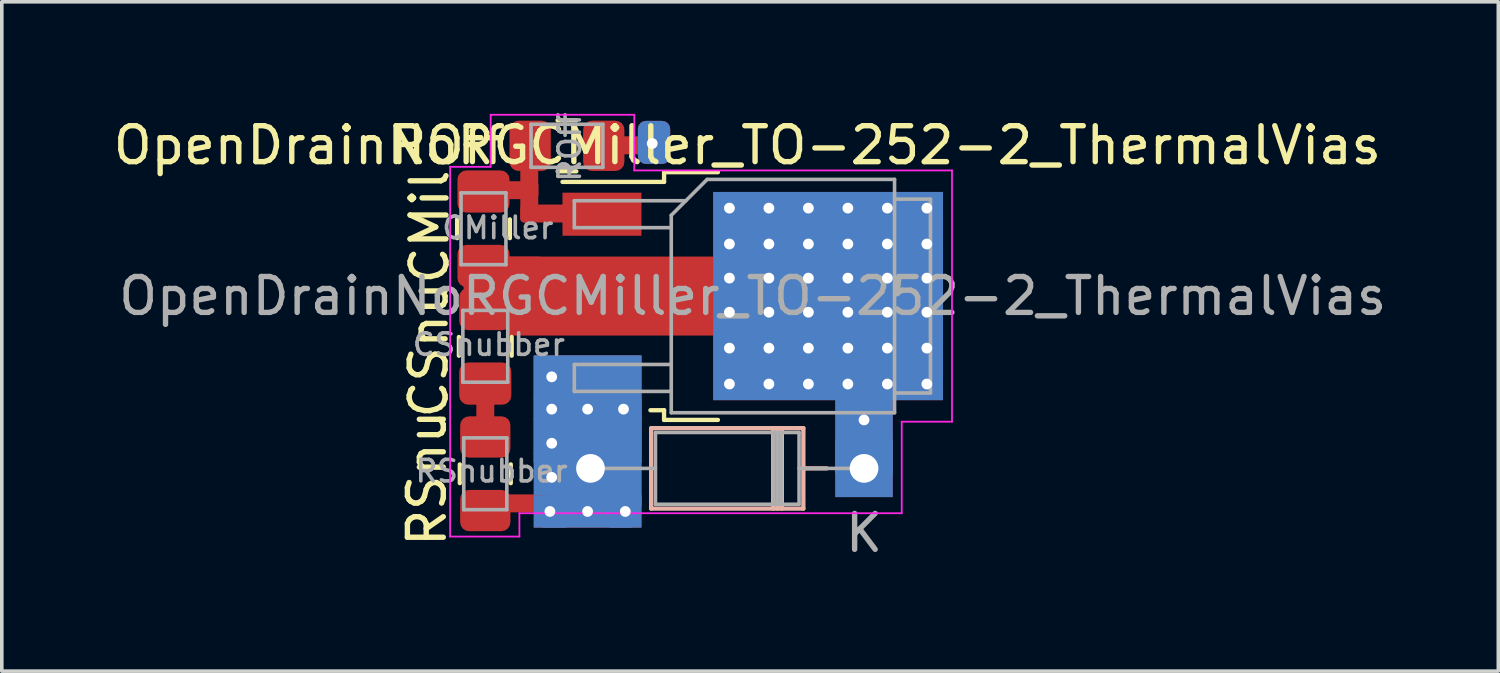
<source format=kicad_pcb>
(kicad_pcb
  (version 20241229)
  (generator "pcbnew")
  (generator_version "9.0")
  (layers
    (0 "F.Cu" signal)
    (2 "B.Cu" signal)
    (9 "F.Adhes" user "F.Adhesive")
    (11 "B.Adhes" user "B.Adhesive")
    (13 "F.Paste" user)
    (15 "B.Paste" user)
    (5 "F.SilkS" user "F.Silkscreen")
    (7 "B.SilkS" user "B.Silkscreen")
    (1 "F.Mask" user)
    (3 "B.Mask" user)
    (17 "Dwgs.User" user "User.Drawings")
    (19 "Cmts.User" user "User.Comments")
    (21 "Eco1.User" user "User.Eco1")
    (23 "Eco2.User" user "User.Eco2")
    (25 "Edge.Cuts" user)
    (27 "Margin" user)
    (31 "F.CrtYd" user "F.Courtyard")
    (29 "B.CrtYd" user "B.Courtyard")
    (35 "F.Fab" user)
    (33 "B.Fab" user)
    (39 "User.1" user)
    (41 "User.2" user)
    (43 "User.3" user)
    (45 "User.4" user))
  (footprint "OpenDrainNoRGCMiller_TO-252-2_ThermalVias"
    (layer "F.Cu")
    (at 17.918 5.197)
    (property "Reference" "OpenDrainNoRGCMiller_TO-252-2_ThermalVias" (at -0.15 -4.2 0) (layer "F.SilkS") (effects (font (size 1 1) (thickness 0.15))))
    (attr smd)
    (fp_line (start -8.235 -2.136) (end -8.235 -1.614) (stroke (width 0.12) (type solid)) (layer "F.SilkS"))
    (fp_line (start -8.185 1.661) (end -8.185 1.139) (stroke (width 0.12) (type solid)) (layer "F.SilkS"))
    (fp_line (start -8.16 4.689) (end -8.16 5.211) (stroke (width 0.12) (type solid)) (layer "F.SilkS"))
    (fp_line (start -6.765 -2.136) (end -6.765 -1.614) (stroke (width 0.12) (type solid)) (layer "F.SilkS"))
    (fp_line (start -6.74 4.689) (end -6.74 5.211) (stroke (width 0.12) (type solid)) (layer "F.SilkS"))
    (fp_line (start -6.715 1.661) (end -6.715 1.139) (stroke (width 0.12) (type solid)) (layer "F.SilkS"))
    (fp_line (start -5.436 -4.895) (end -4.914 -4.895) (stroke (width 0.12) (type solid)) (layer "F.SilkS"))
    (fp_line (start -5.436 -3.475) (end -4.914 -3.475) (stroke (width 0.12) (type solid)) (layer "F.SilkS"))
    (fp_line (start -2.47 -3.45) (end -2.47 -3.18) (stroke (width 0.12) (type solid)) (layer "F.SilkS"))
    (fp_line (start -2.47 -3.18) (end -5.3 -3.18) (stroke (width 0.12) (type solid)) (layer "F.SilkS"))
    (fp_line (start -2.47 3.18) (end -2.85 3.18) (stroke (width 0.12) (type solid)) (layer "F.SilkS"))
    (fp_line (start -2.47 3.45) (end -2.47 3.18) (stroke (width 0.12) (type solid)) (layer "F.SilkS"))
    (fp_line (start -0.97 -3.45) (end -2.47 -3.45) (stroke (width 0.12) (type solid)) (layer "F.SilkS"))
    (fp_line (start -0.97 3.45) (end -2.47 3.45) (stroke (width 0.12) (type solid)) (layer "F.SilkS"))
    (fp_line (start -2.83 3.68) (end -2.83 5.92) (stroke (width 0.12) (type solid)) (layer "B.SilkS"))
    (fp_line (start -2.83 5.92) (end 1.41 5.92) (stroke (width 0.12) (type solid)) (layer "B.SilkS"))
    (fp_line (start 0.57 5.92) (end 0.57 3.68) (stroke (width 0.12) (type solid)) (layer "B.SilkS"))
    (fp_line (start 0.69 5.92) (end 0.69 3.68) (stroke (width 0.12) (type solid)) (layer "B.SilkS"))
    (fp_line (start 0.81 5.92) (end 0.81 3.68) (stroke (width 0.12) (type solid)) (layer "B.SilkS"))
    (fp_line (start 1.41 3.68) (end -2.83 3.68) (stroke (width 0.12) (type solid)) (layer "B.SilkS"))
    (fp_line (start 1.41 5.92) (end 1.41 3.68) (stroke (width 0.12) (type solid)) (layer "B.SilkS"))
    (fp_line (start 2.06 4.8) (end 1.41 4.8) (stroke (width 0.12) (type solid)) (layer "B.SilkS"))
    (fp_line (start -8.43 6.7) (end -8.43 -3.6) (stroke (width 0.05) (type solid)) (layer "F.CrtYd"))
    (fp_line (start -7.3 -5.05) (end -3.3 -5.05) (stroke (width 0.05) (type solid)) (layer "F.CrtYd"))
    (fp_line (start -7.3 -3.6) (end -8.43 -3.6) (stroke (width 0.05) (type solid)) (layer "F.CrtYd"))
    (fp_line (start -7.3 -3.6) (end -7.3 -5.05) (stroke (width 0.05) (type solid)) (layer "F.CrtYd"))
    (fp_line (start -6.5 6.05) (end 4.15 6.05) (stroke (width 0.05) (type solid)) (layer "F.CrtYd"))
    (fp_line (start -6.5 6.7) (end -8.43 6.7) (stroke (width 0.05) (type solid)) (layer "F.CrtYd"))
    (fp_line (start -6.5 6.7) (end -6.5 6.05) (stroke (width 0.05) (type solid)) (layer "F.CrtYd"))
    (fp_line (start -3.3 -5.05) (end -3.3 -3.5) (stroke (width 0.05) (type solid)) (layer "F.CrtYd"))
    (fp_line (start 4.15 3.5) (end 5.55 3.5) (stroke (width 0.05) (type solid)) (layer "F.CrtYd"))
    (fp_line (start 4.15 6.05) (end 4.15 3.5) (stroke (width 0.05) (type solid)) (layer "F.CrtYd"))
    (fp_line (start 5.55 -3.5) (end -3.3 -3.5) (stroke (width 0.05) (type solid)) (layer "F.CrtYd"))
    (fp_line (start 5.55 3.5) (end 5.55 -3.5) (stroke (width 0.05) (type solid)) (layer "F.CrtYd"))
    (fp_line (start -8.125 -2.875) (end -6.875 -2.875) (stroke (width 0.1) (type solid)) (layer "F.Fab"))
    (fp_line (start -8.125 -0.875) (end -8.125 -2.875) (stroke (width 0.1) (type solid)) (layer "F.Fab"))
    (fp_line (start -8.075 0.4) (end -6.825 0.4) (stroke (width 0.1) (type solid)) (layer "F.Fab"))
    (fp_line (start -8.075 2.4) (end -8.075 0.4) (stroke (width 0.1) (type solid)) (layer "F.Fab"))
    (fp_line (start -8.05 3.95) (end -6.85 3.95) (stroke (width 0.1) (type solid)) (layer "F.Fab"))
    (fp_line (start -8.05 5.95) (end -8.05 3.95) (stroke (width 0.1) (type solid)) (layer "F.Fab"))
    (fp_line (start -6.875 -2.875) (end -6.875 -0.875) (stroke (width 0.1) (type solid)) (layer "F.Fab"))
    (fp_line (start -6.875 -0.875) (end -8.125 -0.875) (stroke (width 0.1) (type solid)) (layer "F.Fab"))
    (fp_line (start -6.85 3.95) (end -6.85 5.95) (stroke (width 0.1) (type solid)) (layer "F.Fab"))
    (fp_line (start -6.85 5.95) (end -8.05 5.95) (stroke (width 0.1) (type solid)) (layer "F.Fab"))
    (fp_line (start -6.825 0.4) (end -6.825 2.4) (stroke (width 0.1) (type solid)) (layer "F.Fab"))
    (fp_line (start -6.825 2.4) (end -8.075 2.4) (stroke (width 0.1) (type solid)) (layer "F.Fab"))
    (fp_line (start -6.175 -4.785) (end -4.175 -4.785) (stroke (width 0.1) (type solid)) (layer "F.Fab"))
    (fp_line (start -6.175 -3.585) (end -6.175 -4.785) (stroke (width 0.1) (type solid)) (layer "F.Fab"))
    (fp_line (start -4.97 -2.655) (end -4.97 -1.905) (stroke (width 0.1) (type solid)) (layer "F.Fab"))
    (fp_line (start -4.97 -1.905) (end -2.27 -1.905) (stroke (width 0.1) (type solid)) (layer "F.Fab"))
    (fp_line (start -4.97 1.905) (end -4.97 2.655) (stroke (width 0.1) (type solid)) (layer "F.Fab"))
    (fp_line (start -4.97 2.655) (end -2.27 2.655) (stroke (width 0.1) (type solid)) (layer "F.Fab"))
    (fp_line (start -4.52 4.8) (end -2.71 4.8) (stroke (width 0.1) (type solid)) (layer "F.Fab"))
    (fp_line (start -4.175 -4.785) (end -4.175 -3.585) (stroke (width 0.1) (type solid)) (layer "F.Fab"))
    (fp_line (start -4.175 -3.585) (end -6.175 -3.585) (stroke (width 0.1) (type solid)) (layer "F.Fab"))
    (fp_line (start -2.71 3.8) (end -2.71 5.8) (stroke (width 0.1) (type solid)) (layer "F.Fab"))
    (fp_line (start -2.71 5.8) (end 1.29 5.8) (stroke (width 0.1) (type solid)) (layer "F.Fab"))
    (fp_line (start -2.27 -2.25) (end -1.27 -3.25) (stroke (width 0.1) (type solid)) (layer "F.Fab"))
    (fp_line (start -2.27 1.905) (end -4.97 1.905) (stroke (width 0.1) (type solid)) (layer "F.Fab"))
    (fp_line (start -2.27 3.25) (end -2.27 -2.25) (stroke (width 0.1) (type solid)) (layer "F.Fab"))
    (fp_line (start -1.865 -2.655) (end -4.97 -2.655) (stroke (width 0.1) (type solid)) (layer "F.Fab"))
    (fp_line (start -1.27 -3.25) (end 3.95 -3.25) (stroke (width 0.1) (type solid)) (layer "F.Fab"))
    (fp_line (start 0.59 5.8) (end 0.59 3.8) (stroke (width 0.1) (type solid)) (layer "F.Fab"))
    (fp_line (start 0.69 5.8) (end 0.69 3.8) (stroke (width 0.1) (type solid)) (layer "F.Fab"))
    (fp_line (start 0.79 5.8) (end 0.79 3.8) (stroke (width 0.1) (type solid)) (layer "F.Fab"))
    (fp_line (start 1.29 3.8) (end -2.71 3.8) (stroke (width 0.1) (type solid)) (layer "F.Fab"))
    (fp_line (start 1.29 5.8) (end 1.29 3.8) (stroke (width 0.1) (type solid)) (layer "F.Fab"))
    (fp_line (start 3.1 4.8) (end 1.29 4.8) (stroke (width 0.1) (type solid)) (layer "F.Fab"))
    (fp_line (start 3.95 -3.25) (end 3.95 3.25) (stroke (width 0.1) (type solid)) (layer "F.Fab"))
    (fp_line (start 3.95 -2.7) (end 4.95 -2.7) (stroke (width 0.1) (type solid)) (layer "F.Fab"))
    (fp_line (start 3.95 3.25) (end -2.27 3.25) (stroke (width 0.1) (type solid)) (layer "F.Fab"))
    (fp_line (start 4.95 -2.7) (end 4.95 2.7) (stroke (width 0.1) (type solid)) (layer "F.Fab"))
    (fp_line (start 4.95 2.7) (end 3.95 2.7) (stroke (width 0.1) (type solid)) (layer "F.Fab"))
    (fp_text user "CMil" (at -9 -1.925 90) (layer "F.SilkS") (effects (font (size 1 1) (thickness 0.15))))
    (fp_text user "CSnu" (at -9.025 1.5 90) (layer "F.SilkS") (effects (font (size 1 1) (thickness 0.15))))
    (fp_text user "RSnu" (at -9.075 5.075 90) (layer "F.SilkS") (effects (font (size 1 1) (thickness 0.15))))
    (fp_text user "ROff" (at -8.5 -4.2 0) (layer "F.SilkS") (effects (font (size 1 1) (thickness 0.15))))
    (fp_text user "K" (at 3.1 6.6 180) (layer "F.Fab") (effects (font (size 1 1) (thickness 0.15))))
    (fp_text user "RSnubber" (at -7.275 4.875 0) (layer "F.Fab") (effects (font (size 0.6 0.6) (thickness 0.1))))
    (fp_text user "CSnubber" (at -7.35 1.35 180) (layer "F.Fab") (effects (font (size 0.6 0.6) (thickness 0.1))))
    (fp_text user "CMiller" (at -7.1 -1.9 180) (layer "F.Fab") (effects (font (size 0.6 0.6) (thickness 0.1))))
    (fp_text user "ROff" (at -5.1 -4.15 270) (layer "F.Fab") (effects (font (size 0.6 0.6) (thickness 0.1))))
    (fp_text user "${REFERENCE}" (at 0 0 0) (layer "F.Fab") (effects (font (size 1 1) (thickness 0.15))))
    (pad "" smd rect (at 0.425 -1.525) (size 3.05 2.75) (layers "F.Paste"))
    (pad "" smd rect (at 0.425 1.525) (size 3.05 2.75) (layers "F.Paste"))
    (pad "" smd rect (at 3.775 -1.525) (size 3.05 2.75) (layers "F.Paste"))
    (pad "" smd rect (at 3.775 1.525) (size 3.05 2.75) (layers "F.Paste"))
    (pad "1" smd roundrect (at -7.5 -2.913 270) (size 1.175 1.45) (layers "F.Cu" "F.Mask" "F.Paste") (roundrect_rratio 0.213))
    (pad "1" smd roundrect (at -6.975 -2.95 180) (size 2 0.5) (layers "F.Cu") (roundrect_rratio 0.217))
    (pad "1" smd roundrect (at -6.225 -3.3 90) (size 2.5 0.5) (layers "F.Cu") (roundrect_rratio 0.217))
    (pad "1" smd roundrect (at -6.225 -2.95 270) (size 0.5 0.5) (layers "F.Cu") (roundrect_rratio 0.217))
    (pad "1" smd roundrect (at -6.225 -2.3 270) (size 0.5 0.5) (layers "F.Cu") (roundrect_rratio 0.217))
    (pad "1" smd roundrect (at -6.2 -4.185) (size 1.15 1.4) (layers "F.Cu" "F.Mask" "F.Paste") (roundrect_rratio 0.217))
    (pad "1" smd roundrect (at -5.2 -2.3) (size 2.5 0.5) (layers "F.Cu") (roundrect_rratio 0.217))
    (pad "1" smd rect (at -4.2 -2.28) (size 2.2 1.2) (layers "F.Cu" "F.Mask" "F.Paste"))
    (pad "2" smd roundrect (at -7.5 -0.838 270) (size 1.175 1.45) (layers "F.Cu" "F.Mask" "F.Paste") (roundrect_rratio 0.213))
    (pad "2" smd roundrect (at -7.475 -0.275) (size 1.15 1.4) (layers "F.Cu" "F.Mask" "F.Paste") (roundrect_rratio 0.217))
    (pad "2" smd roundrect (at -7.45 0.362 90) (size 1.175 1.45) (layers "F.Cu" "F.Mask" "F.Paste") (roundrect_rratio 0.213))
    (pad "2" smd roundrect (at -6.8 -0.1) (size 2.5 2) (layers "F.Cu") (roundrect_rratio 0.217))
    (pad "2" smd rect (at -2.8 0) (size 8 2.2) (layers "F.Cu"))
    (pad "2" thru_hole rect (at -0.65 -2.45) (size 0.6 0.6) (drill 0.3) (layers "*.Cu" "*.Mask"))
    (pad "2" thru_hole rect (at -0.65 -1.45) (size 0.6 0.6) (drill 0.3) (layers "*.Cu" "*.Mask"))
    (pad "2" thru_hole rect (at -0.65 -0.5) (size 0.6 0.6) (drill 0.3) (layers "*.Cu" "*.Mask"))
    (pad "2" thru_hole rect (at -0.65 0.45) (size 0.6 0.6) (drill 0.3) (layers "*.Cu" "*.Mask"))
    (pad "2" thru_hole rect (at -0.65 1.45) (size 0.6 0.6) (drill 0.3) (layers "*.Cu" "*.Mask"))
    (pad "2" thru_hole rect (at -0.65 2.45) (size 0.6 0.6) (drill 0.3) (layers "*.Cu" "*.Mask"))
    (pad "2" thru_hole rect (at 0.45 -2.45 180) (size 1 0.6) (drill 0.3 (offset 0.2 0)) (layers "*.Cu" "*.Mask"))
    (pad "2" thru_hole rect (at 0.45 -1.45 180) (size 1 0.6) (drill 0.3 (offset 0.2 0)) (layers "*.Cu" "*.Mask"))
    (pad "2" thru_hole rect (at 0.45 -0.5 180) (size 1 0.6) (drill 0.3 (offset 0.2 0)) (layers "*.Cu" "*.Mask"))
    (pad "2" thru_hole rect (at 0.45 0.45 180) (size 1 0.6) (drill 0.3 (offset 0.2 0)) (layers "*.Cu" "*.Mask"))
    (pad "2" thru_hole rect (at 0.45 1.45 180) (size 1 0.6) (drill 0.3 (offset 0.2 0)) (layers "*.Cu" "*.Mask"))
    (pad "2" thru_hole rect (at 0.45 2.45 180) (size 1 0.6) (drill 0.3 (offset 0.2 0)) (layers "*.Cu" "*.Mask"))
    (pad "2" thru_hole rect (at 1.55 -2.45 180) (size 1 0.6) (drill 0.3 (offset 0.2 0)) (layers "*.Cu" "*.Mask"))
    (pad "2" thru_hole rect (at 1.55 -1.45 180) (size 1 0.6) (drill 0.3 (offset 0.2 0)) (layers "*.Cu" "*.Mask"))
    (pad "2" thru_hole rect (at 1.55 -0.5 180) (size 1 0.6) (drill 0.3 (offset 0.2 0)) (layers "*.Cu" "*.Mask"))
    (pad "2" thru_hole rect (at 1.55 0.45 180) (size 1 0.6) (drill 0.3 (offset 0.2 0)) (layers "*.Cu" "*.Mask"))
    (pad "2" thru_hole rect (at 1.55 1.45 180) (size 1 0.6) (drill 0.3 (offset 0.2 0)) (layers "*.Cu" "*.Mask"))
    (pad "2" thru_hole rect (at 1.55 2.45 180) (size 1 0.6) (drill 0.3 (offset 0.2 0)) (layers "*.Cu" "*.Mask"))
    (pad "2" smd rect (at 2.1 0) (size 6.4 5.8) (layers "F.Cu" "F.Mask"))
    (pad "2" smd rect (at 2.1 0) (size 6.4 5.8) (layers "B.Cu" "B.Mask"))
    (pad "2" thru_hole rect (at 2.65 -2.45) (size 1 0.6) (drill 0.3) (layers "*.Cu" "*.Mask"))
    (pad "2" thru_hole rect (at 2.65 -1.45) (size 1 0.6) (drill 0.3) (layers "*.Cu" "*.Mask"))
    (pad "2" thru_hole rect (at 2.65 -0.5) (size 1 0.6) (drill 0.3) (layers "*.Cu" "*.Mask"))
    (pad "2" thru_hole rect (at 2.65 0.45) (size 1 0.6) (drill 0.3) (layers "*.Cu" "*.Mask"))
    (pad "2" thru_hole rect (at 2.65 1.45) (size 1 0.6) (drill 0.3) (layers "*.Cu" "*.Mask"))
    (pad "2" thru_hole rect (at 2.65 2.45) (size 1 0.6) (drill 0.3) (layers "*.Cu" "*.Mask"))
    (pad "2" thru_hole rect (at 3.1 3.45 90) (size 3 1.6) (drill 0.3) (layers "*.Cu" "*.Mask" "F.Paste"))
    (pad "2" thru_hole rect (at 3.1 4.8 180) (size 1.6 1.6) (drill 0.8) (layers "*.Cu" "*.Mask"))
    (pad "2" thru_hole rect (at 3.75 -2.45) (size 1 0.6) (drill 0.3 (offset 0.2 0)) (layers "*.Cu" "*.Mask"))
    (pad "2" thru_hole rect (at 3.75 -1.45) (size 1 0.6) (drill 0.3 (offset 0.2 0)) (layers "*.Cu" "*.Mask"))
    (pad "2" thru_hole rect (at 3.75 -0.5) (size 1 0.6) (drill 0.3 (offset 0.2 0)) (layers "*.Cu" "*.Mask"))
    (pad "2" thru_hole rect (at 3.75 0.45) (size 1 0.6) (drill 0.3 (offset 0.2 0)) (layers "*.Cu" "*.Mask"))
    (pad "2" thru_hole rect (at 3.75 1.45) (size 1 0.6) (drill 0.3 (offset 0.2 0)) (layers "*.Cu" "*.Mask"))
    (pad "2" thru_hole rect (at 3.75 2.45) (size 1 0.6) (drill 0.3 (offset 0.2 0)) (layers "*.Cu" "*.Mask"))
    (pad "2" thru_hole rect (at 4.85 -2.45) (size 0.6 0.6) (drill 0.3) (layers "*.Cu" "*.Mask"))
    (pad "2" thru_hole rect (at 4.85 -1.45) (size 0.6 0.6) (drill 0.3) (layers "*.Cu" "*.Mask"))
    (pad "2" thru_hole rect (at 4.85 -0.5) (size 0.6 0.6) (drill 0.3) (layers "*.Cu" "*.Mask"))
    (pad "2" thru_hole rect (at 4.85 0.45) (size 0.6 0.6) (drill 0.3) (layers "*.Cu" "*.Mask"))
    (pad "2" thru_hole rect (at 4.85 1.45) (size 0.6 0.6) (drill 0.3) (layers "*.Cu" "*.Mask"))
    (pad "2" thru_hole rect (at 4.85 2.45) (size 0.6 0.6) (drill 0.3) (layers "*.Cu" "*.Mask"))
    (pad "3" smd roundrect (at -7.45 5.975 270) (size 1.15 1.4) (layers "F.Cu" "F.Mask" "F.Paste") (roundrect_rratio 0.217))
    (pad "3" smd roundrect (at -6.45 5.775 270) (size 0.5 2.5) (layers "F.Cu") (roundrect_rratio 0.217))
    (pad "3" thru_hole rect (at -5.65 6 90) (size 0.9 0.9) (drill 0.3) (layers "*.Cu" "*.Mask" "F.Paste"))
    (pad "3" thru_hole rect (at -5.6 2.25 90) (size 1.2 0.9) (drill 0.3 (offset -0.03 -0.05)) (layers "*.Cu" "*.Mask" "F.Paste"))
    (pad "3" thru_hole rect (at -5.6 3.15) (size 1 0.6) (drill 0.3) (layers "*.Cu" "*.Mask"))
    (pad "3" thru_hole rect (at -5.6 4.1 90) (size 1 0.9) (drill 0.3 (offset 0.2 -0.05)) (layers "*.Cu" "*.Mask" "F.Paste"))
    (pad "3" thru_hole rect (at -5.6 5.05 90) (size 1.2 0.9) (drill 0.3 (offset 0.1 -0.05)) (layers "*.Cu" "*.Mask" "F.Paste"))
    (pad "3" thru_hole rect (at -4.6 3.15) (size 3 3) (drill 0.3) (layers "*.Cu" "*.Mask" "F.Paste"))
    (pad "3" thru_hole rect (at -4.6 6 90) (size 0.9 2.5) (drill 0.3) (layers "*.Cu" "*.Mask" "F.Paste"))
    (pad "3" thru_hole rect (at -4.52 4.8 180) (size 2.5 2.5) (drill 0.8 (offset -0.17 0.2)) (layers "*.Cu" "*.Mask" "F.Paste"))
    (pad "3" smd rect (at -4.2 2.28) (size 2.2 1.2) (layers "F.Cu" "F.Mask" "F.Paste"))
    (pad "3" smd roundrect (at -4.15 -4.185) (size 1.15 1.4) (layers "F.Cu" "F.Mask" "F.Paste") (roundrect_rratio 0.217))
    (pad "3" thru_hole rect (at -3.6 3.15) (size 1 0.6) (drill 0.3) (layers "*.Cu" "*.Mask"))
    (pad "3" thru_hole rect (at -3.55 6 90) (size 0.9 0.9) (drill 0.3) (layers "*.Cu" "*.Mask" "F.Paste"))
    (pad "3" smd roundrect (at -3.4 -4.2 180) (size 2 0.5) (layers "F.Cu") (roundrect_rratio 0.217))
    (pad "3" thru_hole roundrect (at -2.8 -4.25 270) (size 1.2 0.9) (drill 0.3 (offset -0.03 -0.05)) (layers "*.Cu" "*.Mask") (roundrect_rratio 0.25))
    (pad "4" smd roundrect (at -7.45 2.438 90) (size 1.175 1.45) (layers "F.Cu" "F.Mask" "F.Paste") (roundrect_rratio 0.213))
    (pad "4" smd roundrect (at -7.45 3.125 270) (size 2 0.5) (layers "F.Cu") (roundrect_rratio 0.217))
    (pad "4" smd roundrect (at -7.45 3.925 270) (size 1.15 1.4) (layers "F.Cu" "F.Mask" "F.Paste") (roundrect_rratio 0.217)))
  (gr_rect
    (start -3 -3)
    (end 38.686 15.645)
    (stroke (width 0.1) (type default))
    (fill no)
    (layer "Edge.Cuts")))
</source>
